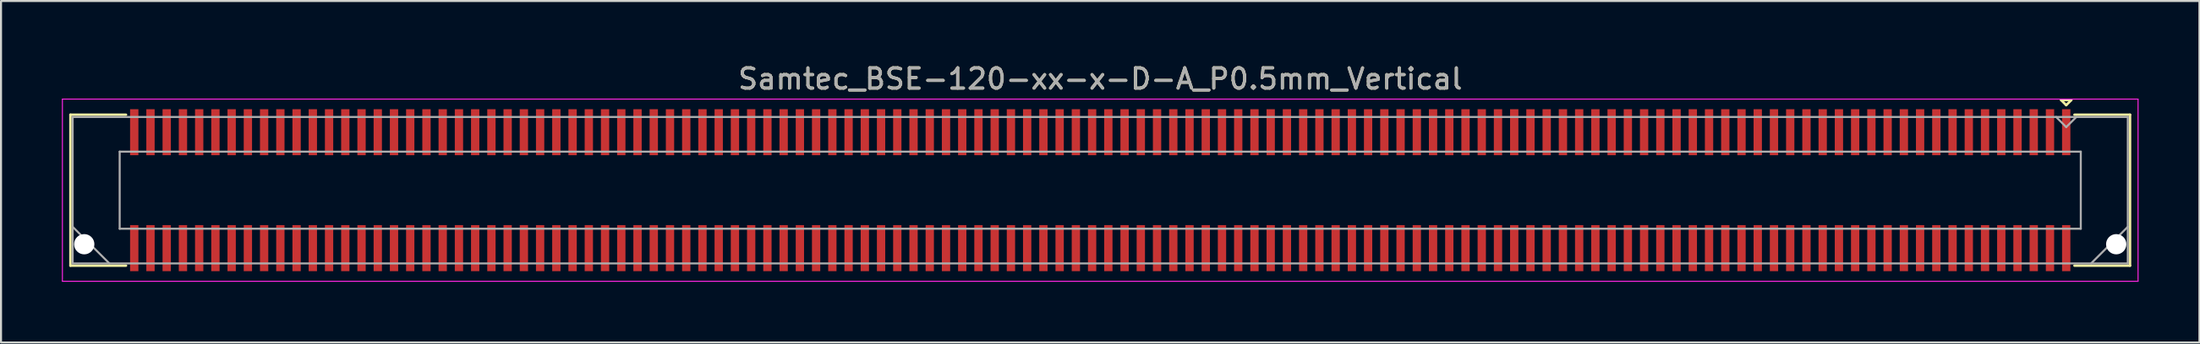
<source format=kicad_pcb>
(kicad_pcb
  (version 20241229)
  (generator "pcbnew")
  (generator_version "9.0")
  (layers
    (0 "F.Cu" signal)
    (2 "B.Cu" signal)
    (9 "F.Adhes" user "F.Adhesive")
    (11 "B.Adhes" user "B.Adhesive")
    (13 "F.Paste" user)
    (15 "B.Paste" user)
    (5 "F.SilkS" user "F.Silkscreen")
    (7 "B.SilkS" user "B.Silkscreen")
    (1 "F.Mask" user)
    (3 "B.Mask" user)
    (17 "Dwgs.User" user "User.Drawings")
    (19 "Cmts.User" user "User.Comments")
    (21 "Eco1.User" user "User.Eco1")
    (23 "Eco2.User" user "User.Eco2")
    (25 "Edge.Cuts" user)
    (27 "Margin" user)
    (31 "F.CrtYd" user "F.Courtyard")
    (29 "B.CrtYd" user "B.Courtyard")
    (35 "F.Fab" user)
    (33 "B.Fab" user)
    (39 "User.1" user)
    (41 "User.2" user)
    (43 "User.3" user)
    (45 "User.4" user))
  (footprint "Samtec_BSE-120-xx-x-D-A_P0.5mm_Vertical"
    (layer "F.Cu")
    (at 51.165 6.348)
    (property "Reference" "Samtec_BSE-120-xx-x-D-A_P0.5mm_Vertical" (at 0 -5.5 0) (layer "F.SilkS") (effects (font (size 1 1) (thickness 0.15))))
    (attr smd)
    (fp_line (start -50.745 -3.729) (end -48.005 -3.729) (stroke (width 0.12) (type solid)) (layer "F.SilkS"))
    (fp_line (start -50.745 3.729) (end -50.745 -3.729) (stroke (width 0.12) (type solid)) (layer "F.SilkS"))
    (fp_line (start -48.005 3.729) (end -50.745 3.729) (stroke (width 0.12) (type solid)) (layer "F.SilkS"))
    (fp_line (start 47.35 -4.452) (end 47.85 -4.452) (stroke (width 0.12) (type solid)) (layer "F.SilkS"))
    (fp_line (start 47.6 -4.202) (end 47.35 -4.452) (stroke (width 0.12) (type solid)) (layer "F.SilkS"))
    (fp_line (start 47.85 -4.452) (end 47.6 -4.202) (stroke (width 0.12) (type solid)) (layer "F.SilkS"))
    (fp_line (start 48.005 3.729) (end 50.745 3.729) (stroke (width 0.12) (type solid)) (layer "F.SilkS"))
    (fp_line (start 50.745 -3.729) (end 48.005 -3.729) (stroke (width 0.12) (type solid)) (layer "F.SilkS"))
    (fp_line (start 50.745 3.729) (end 50.745 -3.729) (stroke (width 0.12) (type solid)) (layer "F.SilkS"))
    (fp_line (start -51.14 -4.5) (end -51.14 4.5) (stroke (width 0.05) (type solid)) (layer "F.CrtYd"))
    (fp_line (start -51.14 4.5) (end 51.14 4.5) (stroke (width 0.05) (type solid)) (layer "F.CrtYd"))
    (fp_line (start 51.14 -4.5) (end -51.14 -4.5) (stroke (width 0.05) (type solid)) (layer "F.CrtYd"))
    (fp_line (start 51.14 4.5) (end 51.14 -4.5) (stroke (width 0.05) (type solid)) (layer "F.CrtYd"))
    (fp_line (start -50.635 -3.619) (end -50.635 3.619) (stroke (width 0.1) (type solid)) (layer "F.Fab"))
    (fp_line (start -50.635 1.81) (end -48.825 3.619) (stroke (width 0.1) (type solid)) (layer "F.Fab"))
    (fp_line (start -50.635 3.619) (end 50.635 3.619) (stroke (width 0.1) (type solid)) (layer "F.Fab"))
    (fp_line (start -48.318 -1.905) (end -48.318 1.905) (stroke (width 0.1) (type solid)) (layer "F.Fab"))
    (fp_line (start -48.318 1.905) (end 48.318 1.905) (stroke (width 0.1) (type solid)) (layer "F.Fab"))
    (fp_line (start 47.6 -3.119) (end 47.1 -3.619) (stroke (width 0.1) (type solid)) (layer "F.Fab"))
    (fp_line (start 48.1 -3.619) (end 47.6 -3.119) (stroke (width 0.1) (type solid)) (layer "F.Fab"))
    (fp_line (start 48.318 -1.905) (end -48.318 -1.905) (stroke (width 0.1) (type solid)) (layer "F.Fab"))
    (fp_line (start 48.318 1.905) (end 48.318 -1.905) (stroke (width 0.1) (type solid)) (layer "F.Fab"))
    (fp_line (start 50.635 -3.619) (end -50.635 -3.619) (stroke (width 0.1) (type solid)) (layer "F.Fab"))
    (fp_line (start 50.635 1.81) (end 48.825 3.619) (stroke (width 0.1) (type solid)) (layer "F.Fab"))
    (fp_line (start 50.635 3.619) (end 50.635 -3.619) (stroke (width 0.1) (type solid)) (layer "F.Fab"))
    (fp_text user "${REFERENCE}" (at 0 -5.5 0) (layer "F.Fab") (effects (font (size 1 1) (thickness 0.15))))
    (pad "" np_thru_hole circle (at -50.064 2.67) (size 1 1) (drill 1) (layers "*.Cu" "*.Mask"))
    (pad "" np_thru_hole circle (at 50.064 2.67) (size 1 1) (drill 1) (layers "*.Cu" "*.Mask"))
    (pad "1" smd rect (at 47.6 -2.865) (size 0.41 2.273) (layers "F.Cu" "F.Mask" "F.Paste"))
    (pad "2" smd rect (at 47.6 2.865) (size 0.41 2.273) (layers "F.Cu" "F.Mask" "F.Paste"))
    (pad "3" smd rect (at 46.8 -2.865) (size 0.41 2.273) (layers "F.Cu" "F.Mask" "F.Paste"))
    (pad "4" smd rect (at 46.8 2.865) (size 0.41 2.273) (layers "F.Cu" "F.Mask" "F.Paste"))
    (pad "5" smd rect (at 46 -2.865) (size 0.41 2.273) (layers "F.Cu" "F.Mask" "F.Paste"))
    (pad "6" smd rect (at 46 2.865) (size 0.41 2.273) (layers "F.Cu" "F.Mask" "F.Paste"))
    (pad "7" smd rect (at 45.2 -2.865) (size 0.41 2.273) (layers "F.Cu" "F.Mask" "F.Paste"))
    (pad "8" smd rect (at 45.2 2.865) (size 0.41 2.273) (layers "F.Cu" "F.Mask" "F.Paste"))
    (pad "9" smd rect (at 44.4 -2.865) (size 0.41 2.273) (layers "F.Cu" "F.Mask" "F.Paste"))
    (pad "10" smd rect (at 44.4 2.865) (size 0.41 2.273) (layers "F.Cu" "F.Mask" "F.Paste"))
    (pad "11" smd rect (at 43.6 -2.865) (size 0.41 2.273) (layers "F.Cu" "F.Mask" "F.Paste"))
    (pad "12" smd rect (at 43.6 2.865) (size 0.41 2.273) (layers "F.Cu" "F.Mask" "F.Paste"))
    (pad "13" smd rect (at 42.8 -2.865) (size 0.41 2.273) (layers "F.Cu" "F.Mask" "F.Paste"))
    (pad "14" smd rect (at 42.8 2.865) (size 0.41 2.273) (layers "F.Cu" "F.Mask" "F.Paste"))
    (pad "15" smd rect (at 42 -2.865) (size 0.41 2.273) (layers "F.Cu" "F.Mask" "F.Paste"))
    (pad "16" smd rect (at 42 2.865) (size 0.41 2.273) (layers "F.Cu" "F.Mask" "F.Paste"))
    (pad "17" smd rect (at 41.2 -2.865) (size 0.41 2.273) (layers "F.Cu" "F.Mask" "F.Paste"))
    (pad "18" smd rect (at 41.2 2.865) (size 0.41 2.273) (layers "F.Cu" "F.Mask" "F.Paste"))
    (pad "19" smd rect (at 40.4 -2.865) (size 0.41 2.273) (layers "F.Cu" "F.Mask" "F.Paste"))
    (pad "20" smd rect (at 40.4 2.865) (size 0.41 2.273) (layers "F.Cu" "F.Mask" "F.Paste"))
    (pad "21" smd rect (at 39.6 -2.865) (size 0.41 2.273) (layers "F.Cu" "F.Mask" "F.Paste"))
    (pad "22" smd rect (at 39.6 2.865) (size 0.41 2.273) (layers "F.Cu" "F.Mask" "F.Paste"))
    (pad "23" smd rect (at 38.8 -2.865) (size 0.41 2.273) (layers "F.Cu" "F.Mask" "F.Paste"))
    (pad "24" smd rect (at 38.8 2.865) (size 0.41 2.273) (layers "F.Cu" "F.Mask" "F.Paste"))
    (pad "25" smd rect (at 38 -2.865) (size 0.41 2.273) (layers "F.Cu" "F.Mask" "F.Paste"))
    (pad "26" smd rect (at 38 2.865) (size 0.41 2.273) (layers "F.Cu" "F.Mask" "F.Paste"))
    (pad "27" smd rect (at 37.2 -2.865) (size 0.41 2.273) (layers "F.Cu" "F.Mask" "F.Paste"))
    (pad "28" smd rect (at 37.2 2.865) (size 0.41 2.273) (layers "F.Cu" "F.Mask" "F.Paste"))
    (pad "29" smd rect (at 36.4 -2.865) (size 0.41 2.273) (layers "F.Cu" "F.Mask" "F.Paste"))
    (pad "30" smd rect (at 36.4 2.865) (size 0.41 2.273) (layers "F.Cu" "F.Mask" "F.Paste"))
    (pad "31" smd rect (at 35.6 -2.865) (size 0.41 2.273) (layers "F.Cu" "F.Mask" "F.Paste"))
    (pad "32" smd rect (at 35.6 2.865) (size 0.41 2.273) (layers "F.Cu" "F.Mask" "F.Paste"))
    (pad "33" smd rect (at 34.8 -2.865) (size 0.41 2.273) (layers "F.Cu" "F.Mask" "F.Paste"))
    (pad "34" smd rect (at 34.8 2.865) (size 0.41 2.273) (layers "F.Cu" "F.Mask" "F.Paste"))
    (pad "35" smd rect (at 34 -2.865) (size 0.41 2.273) (layers "F.Cu" "F.Mask" "F.Paste"))
    (pad "36" smd rect (at 34 2.865) (size 0.41 2.273) (layers "F.Cu" "F.Mask" "F.Paste"))
    (pad "37" smd rect (at 33.2 -2.865) (size 0.41 2.273) (layers "F.Cu" "F.Mask" "F.Paste"))
    (pad "38" smd rect (at 33.2 2.865) (size 0.41 2.273) (layers "F.Cu" "F.Mask" "F.Paste"))
    (pad "39" smd rect (at 32.4 -2.865) (size 0.41 2.273) (layers "F.Cu" "F.Mask" "F.Paste"))
    (pad "40" smd rect (at 32.4 2.865) (size 0.41 2.273) (layers "F.Cu" "F.Mask" "F.Paste"))
    (pad "41" smd rect (at 31.6 -2.865) (size 0.41 2.273) (layers "F.Cu" "F.Mask" "F.Paste"))
    (pad "42" smd rect (at 31.6 2.865) (size 0.41 2.273) (layers "F.Cu" "F.Mask" "F.Paste"))
    (pad "43" smd rect (at 30.8 -2.865) (size 0.41 2.273) (layers "F.Cu" "F.Mask" "F.Paste"))
    (pad "44" smd rect (at 30.8 2.865) (size 0.41 2.273) (layers "F.Cu" "F.Mask" "F.Paste"))
    (pad "45" smd rect (at 30 -2.865) (size 0.41 2.273) (layers "F.Cu" "F.Mask" "F.Paste"))
    (pad "46" smd rect (at 30 2.865) (size 0.41 2.273) (layers "F.Cu" "F.Mask" "F.Paste"))
    (pad "47" smd rect (at 29.2 -2.865) (size 0.41 2.273) (layers "F.Cu" "F.Mask" "F.Paste"))
    (pad "48" smd rect (at 29.2 2.865) (size 0.41 2.273) (layers "F.Cu" "F.Mask" "F.Paste"))
    (pad "49" smd rect (at 28.4 -2.865) (size 0.41 2.273) (layers "F.Cu" "F.Mask" "F.Paste"))
    (pad "50" smd rect (at 28.4 2.865) (size 0.41 2.273) (layers "F.Cu" "F.Mask" "F.Paste"))
    (pad "51" smd rect (at 27.6 -2.865) (size 0.41 2.273) (layers "F.Cu" "F.Mask" "F.Paste"))
    (pad "52" smd rect (at 27.6 2.865) (size 0.41 2.273) (layers "F.Cu" "F.Mask" "F.Paste"))
    (pad "53" smd rect (at 26.8 -2.865) (size 0.41 2.273) (layers "F.Cu" "F.Mask" "F.Paste"))
    (pad "54" smd rect (at 26.8 2.865) (size 0.41 2.273) (layers "F.Cu" "F.Mask" "F.Paste"))
    (pad "55" smd rect (at 26 -2.865) (size 0.41 2.273) (layers "F.Cu" "F.Mask" "F.Paste"))
    (pad "56" smd rect (at 26 2.865) (size 0.41 2.273) (layers "F.Cu" "F.Mask" "F.Paste"))
    (pad "57" smd rect (at 25.2 -2.865) (size 0.41 2.273) (layers "F.Cu" "F.Mask" "F.Paste"))
    (pad "58" smd rect (at 25.2 2.865) (size 0.41 2.273) (layers "F.Cu" "F.Mask" "F.Paste"))
    (pad "59" smd rect (at 24.4 -2.865) (size 0.41 2.273) (layers "F.Cu" "F.Mask" "F.Paste"))
    (pad "60" smd rect (at 24.4 2.865) (size 0.41 2.273) (layers "F.Cu" "F.Mask" "F.Paste"))
    (pad "61" smd rect (at 23.6 -2.865) (size 0.41 2.273) (layers "F.Cu" "F.Mask" "F.Paste"))
    (pad "62" smd rect (at 23.6 2.865) (size 0.41 2.273) (layers "F.Cu" "F.Mask" "F.Paste"))
    (pad "63" smd rect (at 22.8 -2.865) (size 0.41 2.273) (layers "F.Cu" "F.Mask" "F.Paste"))
    (pad "64" smd rect (at 22.8 2.865) (size 0.41 2.273) (layers "F.Cu" "F.Mask" "F.Paste"))
    (pad "65" smd rect (at 22 -2.865) (size 0.41 2.273) (layers "F.Cu" "F.Mask" "F.Paste"))
    (pad "66" smd rect (at 22 2.865) (size 0.41 2.273) (layers "F.Cu" "F.Mask" "F.Paste"))
    (pad "67" smd rect (at 21.2 -2.865) (size 0.41 2.273) (layers "F.Cu" "F.Mask" "F.Paste"))
    (pad "68" smd rect (at 21.2 2.865) (size 0.41 2.273) (layers "F.Cu" "F.Mask" "F.Paste"))
    (pad "69" smd rect (at 20.4 -2.865) (size 0.41 2.273) (layers "F.Cu" "F.Mask" "F.Paste"))
    (pad "70" smd rect (at 20.4 2.865) (size 0.41 2.273) (layers "F.Cu" "F.Mask" "F.Paste"))
    (pad "71" smd rect (at 19.6 -2.865) (size 0.41 2.273) (layers "F.Cu" "F.Mask" "F.Paste"))
    (pad "72" smd rect (at 19.6 2.865) (size 0.41 2.273) (layers "F.Cu" "F.Mask" "F.Paste"))
    (pad "73" smd rect (at 18.8 -2.865) (size 0.41 2.273) (layers "F.Cu" "F.Mask" "F.Paste"))
    (pad "74" smd rect (at 18.8 2.865) (size 0.41 2.273) (layers "F.Cu" "F.Mask" "F.Paste"))
    (pad "75" smd rect (at 18 -2.865) (size 0.41 2.273) (layers "F.Cu" "F.Mask" "F.Paste"))
    (pad "76" smd rect (at 18 2.865) (size 0.41 2.273) (layers "F.Cu" "F.Mask" "F.Paste"))
    (pad "77" smd rect (at 17.2 -2.865) (size 0.41 2.273) (layers "F.Cu" "F.Mask" "F.Paste"))
    (pad "78" smd rect (at 17.2 2.865) (size 0.41 2.273) (layers "F.Cu" "F.Mask" "F.Paste"))
    (pad "79" smd rect (at 16.4 -2.865) (size 0.41 2.273) (layers "F.Cu" "F.Mask" "F.Paste"))
    (pad "80" smd rect (at 16.4 2.865) (size 0.41 2.273) (layers "F.Cu" "F.Mask" "F.Paste"))
    (pad "81" smd rect (at 15.6 -2.865) (size 0.41 2.273) (layers "F.Cu" "F.Mask" "F.Paste"))
    (pad "82" smd rect (at 15.6 2.865) (size 0.41 2.273) (layers "F.Cu" "F.Mask" "F.Paste"))
    (pad "83" smd rect (at 14.8 -2.865) (size 0.41 2.273) (layers "F.Cu" "F.Mask" "F.Paste"))
    (pad "84" smd rect (at 14.8 2.865) (size 0.41 2.273) (layers "F.Cu" "F.Mask" "F.Paste"))
    (pad "85" smd rect (at 14 -2.865) (size 0.41 2.273) (layers "F.Cu" "F.Mask" "F.Paste"))
    (pad "86" smd rect (at 14 2.865) (size 0.41 2.273) (layers "F.Cu" "F.Mask" "F.Paste"))
    (pad "87" smd rect (at 13.2 -2.865) (size 0.41 2.273) (layers "F.Cu" "F.Mask" "F.Paste"))
    (pad "88" smd rect (at 13.2 2.865) (size 0.41 2.273) (layers "F.Cu" "F.Mask" "F.Paste"))
    (pad "89" smd rect (at 12.4 -2.865) (size 0.41 2.273) (layers "F.Cu" "F.Mask" "F.Paste"))
    (pad "90" smd rect (at 12.4 2.865) (size 0.41 2.273) (layers "F.Cu" "F.Mask" "F.Paste"))
    (pad "91" smd rect (at 11.6 -2.865) (size 0.41 2.273) (layers "F.Cu" "F.Mask" "F.Paste"))
    (pad "92" smd rect (at 11.6 2.865) (size 0.41 2.273) (layers "F.Cu" "F.Mask" "F.Paste"))
    (pad "93" smd rect (at 10.8 -2.865) (size 0.41 2.273) (layers "F.Cu" "F.Mask" "F.Paste"))
    (pad "94" smd rect (at 10.8 2.865) (size 0.41 2.273) (layers "F.Cu" "F.Mask" "F.Paste"))
    (pad "95" smd rect (at 10 -2.865) (size 0.41 2.273) (layers "F.Cu" "F.Mask" "F.Paste"))
    (pad "96" smd rect (at 10 2.865) (size 0.41 2.273) (layers "F.Cu" "F.Mask" "F.Paste"))
    (pad "97" smd rect (at 9.2 -2.865) (size 0.41 2.273) (layers "F.Cu" "F.Mask" "F.Paste"))
    (pad "98" smd rect (at 9.2 2.865) (size 0.41 2.273) (layers "F.Cu" "F.Mask" "F.Paste"))
    (pad "99" smd rect (at 8.4 -2.865) (size 0.41 2.273) (layers "F.Cu" "F.Mask" "F.Paste"))
    (pad "100" smd rect (at 8.4 2.865) (size 0.41 2.273) (layers "F.Cu" "F.Mask" "F.Paste"))
    (pad "101" smd rect (at 7.6 -2.865) (size 0.41 2.273) (layers "F.Cu" "F.Mask" "F.Paste"))
    (pad "102" smd rect (at 7.6 2.865) (size 0.41 2.273) (layers "F.Cu" "F.Mask" "F.Paste"))
    (pad "103" smd rect (at 6.8 -2.865) (size 0.41 2.273) (layers "F.Cu" "F.Mask" "F.Paste"))
    (pad "104" smd rect (at 6.8 2.865) (size 0.41 2.273) (layers "F.Cu" "F.Mask" "F.Paste"))
    (pad "105" smd rect (at 6 -2.865) (size 0.41 2.273) (layers "F.Cu" "F.Mask" "F.Paste"))
    (pad "106" smd rect (at 6 2.865) (size 0.41 2.273) (layers "F.Cu" "F.Mask" "F.Paste"))
    (pad "107" smd rect (at 5.2 -2.865) (size 0.41 2.273) (layers "F.Cu" "F.Mask" "F.Paste"))
    (pad "108" smd rect (at 5.2 2.865) (size 0.41 2.273) (layers "F.Cu" "F.Mask" "F.Paste"))
    (pad "109" smd rect (at 4.4 -2.865) (size 0.41 2.273) (layers "F.Cu" "F.Mask" "F.Paste"))
    (pad "110" smd rect (at 4.4 2.865) (size 0.41 2.273) (layers "F.Cu" "F.Mask" "F.Paste"))
    (pad "111" smd rect (at 3.6 -2.865) (size 0.41 2.273) (layers "F.Cu" "F.Mask" "F.Paste"))
    (pad "112" smd rect (at 3.6 2.865) (size 0.41 2.273) (layers "F.Cu" "F.Mask" "F.Paste"))
    (pad "113" smd rect (at 2.8 -2.865) (size 0.41 2.273) (layers "F.Cu" "F.Mask" "F.Paste"))
    (pad "114" smd rect (at 2.8 2.865) (size 0.41 2.273) (layers "F.Cu" "F.Mask" "F.Paste"))
    (pad "115" smd rect (at 2 -2.865) (size 0.41 2.273) (layers "F.Cu" "F.Mask" "F.Paste"))
    (pad "116" smd rect (at 2 2.865) (size 0.41 2.273) (layers "F.Cu" "F.Mask" "F.Paste"))
    (pad "117" smd rect (at 1.2 -2.865) (size 0.41 2.273) (layers "F.Cu" "F.Mask" "F.Paste"))
    (pad "118" smd rect (at 1.2 2.865) (size 0.41 2.273) (layers "F.Cu" "F.Mask" "F.Paste"))
    (pad "119" smd rect (at 0.4 -2.865) (size 0.41 2.273) (layers "F.Cu" "F.Mask" "F.Paste"))
    (pad "120" smd rect (at 0.4 2.865) (size 0.41 2.273) (layers "F.Cu" "F.Mask" "F.Paste"))
    (pad "121" smd rect (at -0.4 -2.865) (size 0.41 2.273) (layers "F.Cu" "F.Mask" "F.Paste"))
    (pad "122" smd rect (at -0.4 2.865) (size 0.41 2.273) (layers "F.Cu" "F.Mask" "F.Paste"))
    (pad "123" smd rect (at -1.2 -2.865) (size 0.41 2.273) (layers "F.Cu" "F.Mask" "F.Paste"))
    (pad "124" smd rect (at -1.2 2.865) (size 0.41 2.273) (layers "F.Cu" "F.Mask" "F.Paste"))
    (pad "125" smd rect (at -2 -2.865) (size 0.41 2.273) (layers "F.Cu" "F.Mask" "F.Paste"))
    (pad "126" smd rect (at -2 2.865) (size 0.41 2.273) (layers "F.Cu" "F.Mask" "F.Paste"))
    (pad "127" smd rect (at -2.8 -2.865) (size 0.41 2.273) (layers "F.Cu" "F.Mask" "F.Paste"))
    (pad "128" smd rect (at -2.8 2.865) (size 0.41 2.273) (layers "F.Cu" "F.Mask" "F.Paste"))
    (pad "129" smd rect (at -3.6 -2.865) (size 0.41 2.273) (layers "F.Cu" "F.Mask" "F.Paste"))
    (pad "130" smd rect (at -3.6 2.865) (size 0.41 2.273) (layers "F.Cu" "F.Mask" "F.Paste"))
    (pad "131" smd rect (at -4.4 -2.865) (size 0.41 2.273) (layers "F.Cu" "F.Mask" "F.Paste"))
    (pad "132" smd rect (at -4.4 2.865) (size 0.41 2.273) (layers "F.Cu" "F.Mask" "F.Paste"))
    (pad "133" smd rect (at -5.2 -2.865) (size 0.41 2.273) (layers "F.Cu" "F.Mask" "F.Paste"))
    (pad "134" smd rect (at -5.2 2.865) (size 0.41 2.273) (layers "F.Cu" "F.Mask" "F.Paste"))
    (pad "135" smd rect (at -6 -2.865) (size 0.41 2.273) (layers "F.Cu" "F.Mask" "F.Paste"))
    (pad "136" smd rect (at -6 2.865) (size 0.41 2.273) (layers "F.Cu" "F.Mask" "F.Paste"))
    (pad "137" smd rect (at -6.8 -2.865) (size 0.41 2.273) (layers "F.Cu" "F.Mask" "F.Paste"))
    (pad "138" smd rect (at -6.8 2.865) (size 0.41 2.273) (layers "F.Cu" "F.Mask" "F.Paste"))
    (pad "139" smd rect (at -7.6 -2.865) (size 0.41 2.273) (layers "F.Cu" "F.Mask" "F.Paste"))
    (pad "140" smd rect (at -7.6 2.865) (size 0.41 2.273) (layers "F.Cu" "F.Mask" "F.Paste"))
    (pad "141" smd rect (at -8.4 -2.865) (size 0.41 2.273) (layers "F.Cu" "F.Mask" "F.Paste"))
    (pad "142" smd rect (at -8.4 2.865) (size 0.41 2.273) (layers "F.Cu" "F.Mask" "F.Paste"))
    (pad "143" smd rect (at -9.2 -2.865) (size 0.41 2.273) (layers "F.Cu" "F.Mask" "F.Paste"))
    (pad "144" smd rect (at -9.2 2.865) (size 0.41 2.273) (layers "F.Cu" "F.Mask" "F.Paste"))
    (pad "145" smd rect (at -10 -2.865) (size 0.41 2.273) (layers "F.Cu" "F.Mask" "F.Paste"))
    (pad "146" smd rect (at -10 2.865) (size 0.41 2.273) (layers "F.Cu" "F.Mask" "F.Paste"))
    (pad "147" smd rect (at -10.8 -2.865) (size 0.41 2.273) (layers "F.Cu" "F.Mask" "F.Paste"))
    (pad "148" smd rect (at -10.8 2.865) (size 0.41 2.273) (layers "F.Cu" "F.Mask" "F.Paste"))
    (pad "149" smd rect (at -11.6 -2.865) (size 0.41 2.273) (layers "F.Cu" "F.Mask" "F.Paste"))
    (pad "150" smd rect (at -11.6 2.865) (size 0.41 2.273) (layers "F.Cu" "F.Mask" "F.Paste"))
    (pad "151" smd rect (at -12.4 -2.865) (size 0.41 2.273) (layers "F.Cu" "F.Mask" "F.Paste"))
    (pad "152" smd rect (at -12.4 2.865) (size 0.41 2.273) (layers "F.Cu" "F.Mask" "F.Paste"))
    (pad "153" smd rect (at -13.2 -2.865) (size 0.41 2.273) (layers "F.Cu" "F.Mask" "F.Paste"))
    (pad "154" smd rect (at -13.2 2.865) (size 0.41 2.273) (layers "F.Cu" "F.Mask" "F.Paste"))
    (pad "155" smd rect (at -14 -2.865) (size 0.41 2.273) (layers "F.Cu" "F.Mask" "F.Paste"))
    (pad "156" smd rect (at -14 2.865) (size 0.41 2.273) (layers "F.Cu" "F.Mask" "F.Paste"))
    (pad "157" smd rect (at -14.8 -2.865) (size 0.41 2.273) (layers "F.Cu" "F.Mask" "F.Paste"))
    (pad "158" smd rect (at -14.8 2.865) (size 0.41 2.273) (layers "F.Cu" "F.Mask" "F.Paste"))
    (pad "159" smd rect (at -15.6 -2.865) (size 0.41 2.273) (layers "F.Cu" "F.Mask" "F.Paste"))
    (pad "160" smd rect (at -15.6 2.865) (size 0.41 2.273) (layers "F.Cu" "F.Mask" "F.Paste"))
    (pad "161" smd rect (at -16.4 -2.865) (size 0.41 2.273) (layers "F.Cu" "F.Mask" "F.Paste"))
    (pad "162" smd rect (at -16.4 2.865) (size 0.41 2.273) (layers "F.Cu" "F.Mask" "F.Paste"))
    (pad "163" smd rect (at -17.2 -2.865) (size 0.41 2.273) (layers "F.Cu" "F.Mask" "F.Paste"))
    (pad "164" smd rect (at -17.2 2.865) (size 0.41 2.273) (layers "F.Cu" "F.Mask" "F.Paste"))
    (pad "165" smd rect (at -18 -2.865) (size 0.41 2.273) (layers "F.Cu" "F.Mask" "F.Paste"))
    (pad "166" smd rect (at -18 2.865) (size 0.41 2.273) (layers "F.Cu" "F.Mask" "F.Paste"))
    (pad "167" smd rect (at -18.8 -2.865) (size 0.41 2.273) (layers "F.Cu" "F.Mask" "F.Paste"))
    (pad "168" smd rect (at -18.8 2.865) (size 0.41 2.273) (layers "F.Cu" "F.Mask" "F.Paste"))
    (pad "169" smd rect (at -19.6 -2.865) (size 0.41 2.273) (layers "F.Cu" "F.Mask" "F.Paste"))
    (pad "170" smd rect (at -19.6 2.865) (size 0.41 2.273) (layers "F.Cu" "F.Mask" "F.Paste"))
    (pad "171" smd rect (at -20.4 -2.865) (size 0.41 2.273) (layers "F.Cu" "F.Mask" "F.Paste"))
    (pad "172" smd rect (at -20.4 2.865) (size 0.41 2.273) (layers "F.Cu" "F.Mask" "F.Paste"))
    (pad "173" smd rect (at -21.2 -2.865) (size 0.41 2.273) (layers "F.Cu" "F.Mask" "F.Paste"))
    (pad "174" smd rect (at -21.2 2.865) (size 0.41 2.273) (layers "F.Cu" "F.Mask" "F.Paste"))
    (pad "175" smd rect (at -22 -2.865) (size 0.41 2.273) (layers "F.Cu" "F.Mask" "F.Paste"))
    (pad "176" smd rect (at -22 2.865) (size 0.41 2.273) (layers "F.Cu" "F.Mask" "F.Paste"))
    (pad "177" smd rect (at -22.8 -2.865) (size 0.41 2.273) (layers "F.Cu" "F.Mask" "F.Paste"))
    (pad "178" smd rect (at -22.8 2.865) (size 0.41 2.273) (layers "F.Cu" "F.Mask" "F.Paste"))
    (pad "179" smd rect (at -23.6 -2.865) (size 0.41 2.273) (layers "F.Cu" "F.Mask" "F.Paste"))
    (pad "180" smd rect (at -23.6 2.865) (size 0.41 2.273) (layers "F.Cu" "F.Mask" "F.Paste"))
    (pad "181" smd rect (at -24.4 -2.865) (size 0.41 2.273) (layers "F.Cu" "F.Mask" "F.Paste"))
    (pad "182" smd rect (at -24.4 2.865) (size 0.41 2.273) (layers "F.Cu" "F.Mask" "F.Paste"))
    (pad "183" smd rect (at -25.2 -2.865) (size 0.41 2.273) (layers "F.Cu" "F.Mask" "F.Paste"))
    (pad "184" smd rect (at -25.2 2.865) (size 0.41 2.273) (layers "F.Cu" "F.Mask" "F.Paste"))
    (pad "185" smd rect (at -26 -2.865) (size 0.41 2.273) (layers "F.Cu" "F.Mask" "F.Paste"))
    (pad "186" smd rect (at -26 2.865) (size 0.41 2.273) (layers "F.Cu" "F.Mask" "F.Paste"))
    (pad "187" smd rect (at -26.8 -2.865) (size 0.41 2.273) (layers "F.Cu" "F.Mask" "F.Paste"))
    (pad "188" smd rect (at -26.8 2.865) (size 0.41 2.273) (layers "F.Cu" "F.Mask" "F.Paste"))
    (pad "189" smd rect (at -27.6 -2.865) (size 0.41 2.273) (layers "F.Cu" "F.Mask" "F.Paste"))
    (pad "190" smd rect (at -27.6 2.865) (size 0.41 2.273) (layers "F.Cu" "F.Mask" "F.Paste"))
    (pad "191" smd rect (at -28.4 -2.865) (size 0.41 2.273) (layers "F.Cu" "F.Mask" "F.Paste"))
    (pad "192" smd rect (at -28.4 2.865) (size 0.41 2.273) (layers "F.Cu" "F.Mask" "F.Paste"))
    (pad "193" smd rect (at -29.2 -2.865) (size 0.41 2.273) (layers "F.Cu" "F.Mask" "F.Paste"))
    (pad "194" smd rect (at -29.2 2.865) (size 0.41 2.273) (layers "F.Cu" "F.Mask" "F.Paste"))
    (pad "195" smd rect (at -30 -2.865) (size 0.41 2.273) (layers "F.Cu" "F.Mask" "F.Paste"))
    (pad "196" smd rect (at -30 2.865) (size 0.41 2.273) (layers "F.Cu" "F.Mask" "F.Paste"))
    (pad "197" smd rect (at -30.8 -2.865) (size 0.41 2.273) (layers "F.Cu" "F.Mask" "F.Paste"))
    (pad "198" smd rect (at -30.8 2.865) (size 0.41 2.273) (layers "F.Cu" "F.Mask" "F.Paste"))
    (pad "199" smd rect (at -31.6 -2.865) (size 0.41 2.273) (layers "F.Cu" "F.Mask" "F.Paste"))
    (pad "200" smd rect (at -31.6 2.865) (size 0.41 2.273) (layers "F.Cu" "F.Mask" "F.Paste"))
    (pad "201" smd rect (at -32.4 -2.865) (size 0.41 2.273) (layers "F.Cu" "F.Mask" "F.Paste"))
    (pad "202" smd rect (at -32.4 2.865) (size 0.41 2.273) (layers "F.Cu" "F.Mask" "F.Paste"))
    (pad "203" smd rect (at -33.2 -2.865) (size 0.41 2.273) (layers "F.Cu" "F.Mask" "F.Paste"))
    (pad "204" smd rect (at -33.2 2.865) (size 0.41 2.273) (layers "F.Cu" "F.Mask" "F.Paste"))
    (pad "205" smd rect (at -34 -2.865) (size 0.41 2.273) (layers "F.Cu" "F.Mask" "F.Paste"))
    (pad "206" smd rect (at -34 2.865) (size 0.41 2.273) (layers "F.Cu" "F.Mask" "F.Paste"))
    (pad "207" smd rect (at -34.8 -2.865) (size 0.41 2.273) (layers "F.Cu" "F.Mask" "F.Paste"))
    (pad "208" smd rect (at -34.8 2.865) (size 0.41 2.273) (layers "F.Cu" "F.Mask" "F.Paste"))
    (pad "209" smd rect (at -35.6 -2.865) (size 0.41 2.273) (layers "F.Cu" "F.Mask" "F.Paste"))
    (pad "210" smd rect (at -35.6 2.865) (size 0.41 2.273) (layers "F.Cu" "F.Mask" "F.Paste"))
    (pad "211" smd rect (at -36.4 -2.865) (size 0.41 2.273) (layers "F.Cu" "F.Mask" "F.Paste"))
    (pad "212" smd rect (at -36.4 2.865) (size 0.41 2.273) (layers "F.Cu" "F.Mask" "F.Paste"))
    (pad "213" smd rect (at -37.2 -2.865) (size 0.41 2.273) (layers "F.Cu" "F.Mask" "F.Paste"))
    (pad "214" smd rect (at -37.2 2.865) (size 0.41 2.273) (layers "F.Cu" "F.Mask" "F.Paste"))
    (pad "215" smd rect (at -38 -2.865) (size 0.41 2.273) (layers "F.Cu" "F.Mask" "F.Paste"))
    (pad "216" smd rect (at -38 2.865) (size 0.41 2.273) (layers "F.Cu" "F.Mask" "F.Paste"))
    (pad "217" smd rect (at -38.8 -2.865) (size 0.41 2.273) (layers "F.Cu" "F.Mask" "F.Paste"))
    (pad "218" smd rect (at -38.8 2.865) (size 0.41 2.273) (layers "F.Cu" "F.Mask" "F.Paste"))
    (pad "219" smd rect (at -39.6 -2.865) (size 0.41 2.273) (layers "F.Cu" "F.Mask" "F.Paste"))
    (pad "220" smd rect (at -39.6 2.865) (size 0.41 2.273) (layers "F.Cu" "F.Mask" "F.Paste"))
    (pad "221" smd rect (at -40.4 -2.865) (size 0.41 2.273) (layers "F.Cu" "F.Mask" "F.Paste"))
    (pad "222" smd rect (at -40.4 2.865) (size 0.41 2.273) (layers "F.Cu" "F.Mask" "F.Paste"))
    (pad "223" smd rect (at -41.2 -2.865) (size 0.41 2.273) (layers "F.Cu" "F.Mask" "F.Paste"))
    (pad "224" smd rect (at -41.2 2.865) (size 0.41 2.273) (layers "F.Cu" "F.Mask" "F.Paste"))
    (pad "225" smd rect (at -42 -2.865) (size 0.41 2.273) (layers "F.Cu" "F.Mask" "F.Paste"))
    (pad "226" smd rect (at -42 2.865) (size 0.41 2.273) (layers "F.Cu" "F.Mask" "F.Paste"))
    (pad "227" smd rect (at -42.8 -2.865) (size 0.41 2.273) (layers "F.Cu" "F.Mask" "F.Paste"))
    (pad "228" smd rect (at -42.8 2.865) (size 0.41 2.273) (layers "F.Cu" "F.Mask" "F.Paste"))
    (pad "229" smd rect (at -43.6 -2.865) (size 0.41 2.273) (layers "F.Cu" "F.Mask" "F.Paste"))
    (pad "230" smd rect (at -43.6 2.865) (size 0.41 2.273) (layers "F.Cu" "F.Mask" "F.Paste"))
    (pad "231" smd rect (at -44.4 -2.865) (size 0.41 2.273) (layers "F.Cu" "F.Mask" "F.Paste"))
    (pad "232" smd rect (at -44.4 2.865) (size 0.41 2.273) (layers "F.Cu" "F.Mask" "F.Paste"))
    (pad "233" smd rect (at -45.2 -2.865) (size 0.41 2.273) (layers "F.Cu" "F.Mask" "F.Paste"))
    (pad "234" smd rect (at -45.2 2.865) (size 0.41 2.273) (layers "F.Cu" "F.Mask" "F.Paste"))
    (pad "235" smd rect (at -46 -2.865) (size 0.41 2.273) (layers "F.Cu" "F.Mask" "F.Paste"))
    (pad "236" smd rect (at -46 2.865) (size 0.41 2.273) (layers "F.Cu" "F.Mask" "F.Paste"))
    (pad "237" smd rect (at -46.8 -2.865) (size 0.41 2.273) (layers "F.Cu" "F.Mask" "F.Paste"))
    (pad "238" smd rect (at -46.8 2.865) (size 0.41 2.273) (layers "F.Cu" "F.Mask" "F.Paste"))
    (pad "239" smd rect (at -47.6 -2.865) (size 0.41 2.273) (layers "F.Cu" "F.Mask" "F.Paste"))
    (pad "240" smd rect (at -47.6 2.865) (size 0.41 2.273) (layers "F.Cu" "F.Mask" "F.Paste")))
  (gr_rect
    (start -3 -3)
    (end 105.33 13.873)
    (stroke (width 0.1) (type default))
    (fill no)
    (layer "Edge.Cuts")))
</source>
